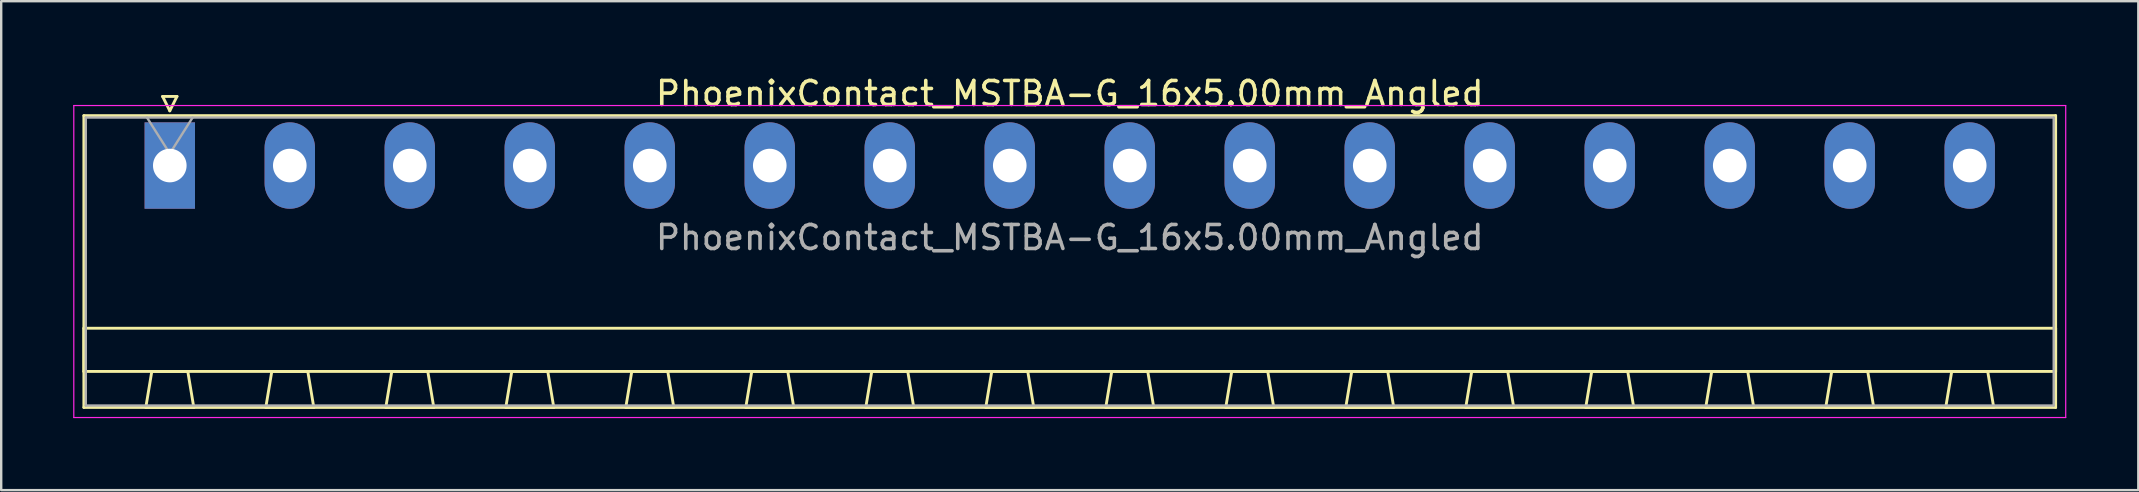
<source format=kicad_pcb>
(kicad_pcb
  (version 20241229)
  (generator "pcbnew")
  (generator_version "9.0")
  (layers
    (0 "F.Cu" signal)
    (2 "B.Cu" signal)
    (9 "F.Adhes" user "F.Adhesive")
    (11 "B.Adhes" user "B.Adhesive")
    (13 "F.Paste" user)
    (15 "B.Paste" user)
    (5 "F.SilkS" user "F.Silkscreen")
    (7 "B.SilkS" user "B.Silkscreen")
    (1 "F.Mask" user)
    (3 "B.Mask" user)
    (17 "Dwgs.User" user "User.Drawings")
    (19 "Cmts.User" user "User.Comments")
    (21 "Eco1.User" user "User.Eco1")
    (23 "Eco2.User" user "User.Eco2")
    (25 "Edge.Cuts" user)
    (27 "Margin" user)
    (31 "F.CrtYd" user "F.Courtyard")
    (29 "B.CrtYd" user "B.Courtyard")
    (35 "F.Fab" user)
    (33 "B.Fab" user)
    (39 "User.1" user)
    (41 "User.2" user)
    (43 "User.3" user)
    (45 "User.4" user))
  (footprint "PhoenixContact_MSTBA-G_16x5.00mm_Angled"
    (layer "F.Cu")
    (at 4.025 3.848)
    (property "Reference" "PhoenixContact_MSTBA-G_16x5.00mm_Angled" (at 37.5 -3 0) (layer "F.SilkS") (effects (font (size 1 1) (thickness 0.15))))
    (attr through_hole)
    (fp_line (start -3.58 -2.08) (end -3.58 10.08) (stroke (width 0.12) (type solid)) (layer "F.SilkS"))
    (fp_line (start -3.58 6.78) (end 78.58 6.78) (stroke (width 0.12) (type solid)) (layer "F.SilkS"))
    (fp_line (start -3.58 8.58) (end -3.58 6.78) (stroke (width 0.12) (type solid)) (layer "F.SilkS"))
    (fp_line (start -3.58 10.08) (end 78.58 10.08) (stroke (width 0.12) (type solid)) (layer "F.SilkS"))
    (fp_line (start -1 10.08) (end 1 10.08) (stroke (width 0.12) (type solid)) (layer "F.SilkS"))
    (fp_line (start -0.75 8.58) (end -1 10.08) (stroke (width 0.12) (type solid)) (layer "F.SilkS"))
    (fp_line (start -0.3 -2.88) (end 0.3 -2.88) (stroke (width 0.12) (type solid)) (layer "F.SilkS"))
    (fp_line (start 0 -2.28) (end -0.3 -2.88) (stroke (width 0.12) (type solid)) (layer "F.SilkS"))
    (fp_line (start 0.3 -2.88) (end 0 -2.28) (stroke (width 0.12) (type solid)) (layer "F.SilkS"))
    (fp_line (start 0.75 8.58) (end -0.75 8.58) (stroke (width 0.12) (type solid)) (layer "F.SilkS"))
    (fp_line (start 1 10.08) (end 0.75 8.58) (stroke (width 0.12) (type solid)) (layer "F.SilkS"))
    (fp_line (start 4 10.08) (end 6 10.08) (stroke (width 0.12) (type solid)) (layer "F.SilkS"))
    (fp_line (start 4.25 8.58) (end 4 10.08) (stroke (width 0.12) (type solid)) (layer "F.SilkS"))
    (fp_line (start 5.75 8.58) (end 4.25 8.58) (stroke (width 0.12) (type solid)) (layer "F.SilkS"))
    (fp_line (start 6 10.08) (end 5.75 8.58) (stroke (width 0.12) (type solid)) (layer "F.SilkS"))
    (fp_line (start 9 10.08) (end 11 10.08) (stroke (width 0.12) (type solid)) (layer "F.SilkS"))
    (fp_line (start 9.25 8.58) (end 9 10.08) (stroke (width 0.12) (type solid)) (layer "F.SilkS"))
    (fp_line (start 10.75 8.58) (end 9.25 8.58) (stroke (width 0.12) (type solid)) (layer "F.SilkS"))
    (fp_line (start 11 10.08) (end 10.75 8.58) (stroke (width 0.12) (type solid)) (layer "F.SilkS"))
    (fp_line (start 14 10.08) (end 16 10.08) (stroke (width 0.12) (type solid)) (layer "F.SilkS"))
    (fp_line (start 14.25 8.58) (end 14 10.08) (stroke (width 0.12) (type solid)) (layer "F.SilkS"))
    (fp_line (start 15.75 8.58) (end 14.25 8.58) (stroke (width 0.12) (type solid)) (layer "F.SilkS"))
    (fp_line (start 16 10.08) (end 15.75 8.58) (stroke (width 0.12) (type solid)) (layer "F.SilkS"))
    (fp_line (start 19 10.08) (end 21 10.08) (stroke (width 0.12) (type solid)) (layer "F.SilkS"))
    (fp_line (start 19.25 8.58) (end 19 10.08) (stroke (width 0.12) (type solid)) (layer "F.SilkS"))
    (fp_line (start 20.75 8.58) (end 19.25 8.58) (stroke (width 0.12) (type solid)) (layer "F.SilkS"))
    (fp_line (start 21 10.08) (end 20.75 8.58) (stroke (width 0.12) (type solid)) (layer "F.SilkS"))
    (fp_line (start 24 10.08) (end 26 10.08) (stroke (width 0.12) (type solid)) (layer "F.SilkS"))
    (fp_line (start 24.25 8.58) (end 24 10.08) (stroke (width 0.12) (type solid)) (layer "F.SilkS"))
    (fp_line (start 25.75 8.58) (end 24.25 8.58) (stroke (width 0.12) (type solid)) (layer "F.SilkS"))
    (fp_line (start 26 10.08) (end 25.75 8.58) (stroke (width 0.12) (type solid)) (layer "F.SilkS"))
    (fp_line (start 29 10.08) (end 31 10.08) (stroke (width 0.12) (type solid)) (layer "F.SilkS"))
    (fp_line (start 29.25 8.58) (end 29 10.08) (stroke (width 0.12) (type solid)) (layer "F.SilkS"))
    (fp_line (start 30.75 8.58) (end 29.25 8.58) (stroke (width 0.12) (type solid)) (layer "F.SilkS"))
    (fp_line (start 31 10.08) (end 30.75 8.58) (stroke (width 0.12) (type solid)) (layer "F.SilkS"))
    (fp_line (start 34 10.08) (end 36 10.08) (stroke (width 0.12) (type solid)) (layer "F.SilkS"))
    (fp_line (start 34.25 8.58) (end 34 10.08) (stroke (width 0.12) (type solid)) (layer "F.SilkS"))
    (fp_line (start 35.75 8.58) (end 34.25 8.58) (stroke (width 0.12) (type solid)) (layer "F.SilkS"))
    (fp_line (start 36 10.08) (end 35.75 8.58) (stroke (width 0.12) (type solid)) (layer "F.SilkS"))
    (fp_line (start 39 10.08) (end 41 10.08) (stroke (width 0.12) (type solid)) (layer "F.SilkS"))
    (fp_line (start 39.25 8.58) (end 39 10.08) (stroke (width 0.12) (type solid)) (layer "F.SilkS"))
    (fp_line (start 40.75 8.58) (end 39.25 8.58) (stroke (width 0.12) (type solid)) (layer "F.SilkS"))
    (fp_line (start 41 10.08) (end 40.75 8.58) (stroke (width 0.12) (type solid)) (layer "F.SilkS"))
    (fp_line (start 44 10.08) (end 46 10.08) (stroke (width 0.12) (type solid)) (layer "F.SilkS"))
    (fp_line (start 44.25 8.58) (end 44 10.08) (stroke (width 0.12) (type solid)) (layer "F.SilkS"))
    (fp_line (start 45.75 8.58) (end 44.25 8.58) (stroke (width 0.12) (type solid)) (layer "F.SilkS"))
    (fp_line (start 46 10.08) (end 45.75 8.58) (stroke (width 0.12) (type solid)) (layer "F.SilkS"))
    (fp_line (start 49 10.08) (end 51 10.08) (stroke (width 0.12) (type solid)) (layer "F.SilkS"))
    (fp_line (start 49.25 8.58) (end 49 10.08) (stroke (width 0.12) (type solid)) (layer "F.SilkS"))
    (fp_line (start 50.75 8.58) (end 49.25 8.58) (stroke (width 0.12) (type solid)) (layer "F.SilkS"))
    (fp_line (start 51 10.08) (end 50.75 8.58) (stroke (width 0.12) (type solid)) (layer "F.SilkS"))
    (fp_line (start 54 10.08) (end 56 10.08) (stroke (width 0.12) (type solid)) (layer "F.SilkS"))
    (fp_line (start 54.25 8.58) (end 54 10.08) (stroke (width 0.12) (type solid)) (layer "F.SilkS"))
    (fp_line (start 55.75 8.58) (end 54.25 8.58) (stroke (width 0.12) (type solid)) (layer "F.SilkS"))
    (fp_line (start 56 10.08) (end 55.75 8.58) (stroke (width 0.12) (type solid)) (layer "F.SilkS"))
    (fp_line (start 59 10.08) (end 61 10.08) (stroke (width 0.12) (type solid)) (layer "F.SilkS"))
    (fp_line (start 59.25 8.58) (end 59 10.08) (stroke (width 0.12) (type solid)) (layer "F.SilkS"))
    (fp_line (start 60.75 8.58) (end 59.25 8.58) (stroke (width 0.12) (type solid)) (layer "F.SilkS"))
    (fp_line (start 61 10.08) (end 60.75 8.58) (stroke (width 0.12) (type solid)) (layer "F.SilkS"))
    (fp_line (start 64 10.08) (end 66 10.08) (stroke (width 0.12) (type solid)) (layer "F.SilkS"))
    (fp_line (start 64.25 8.58) (end 64 10.08) (stroke (width 0.12) (type solid)) (layer "F.SilkS"))
    (fp_line (start 65.75 8.58) (end 64.25 8.58) (stroke (width 0.12) (type solid)) (layer "F.SilkS"))
    (fp_line (start 66 10.08) (end 65.75 8.58) (stroke (width 0.12) (type solid)) (layer "F.SilkS"))
    (fp_line (start 69 10.08) (end 71 10.08) (stroke (width 0.12) (type solid)) (layer "F.SilkS"))
    (fp_line (start 69.25 8.58) (end 69 10.08) (stroke (width 0.12) (type solid)) (layer "F.SilkS"))
    (fp_line (start 70.75 8.58) (end 69.25 8.58) (stroke (width 0.12) (type solid)) (layer "F.SilkS"))
    (fp_line (start 71 10.08) (end 70.75 8.58) (stroke (width 0.12) (type solid)) (layer "F.SilkS"))
    (fp_line (start 74 10.08) (end 76 10.08) (stroke (width 0.12) (type solid)) (layer "F.SilkS"))
    (fp_line (start 74.25 8.58) (end 74 10.08) (stroke (width 0.12) (type solid)) (layer "F.SilkS"))
    (fp_line (start 75.75 8.58) (end 74.25 8.58) (stroke (width 0.12) (type solid)) (layer "F.SilkS"))
    (fp_line (start 76 10.08) (end 75.75 8.58) (stroke (width 0.12) (type solid)) (layer "F.SilkS"))
    (fp_line (start 78.58 -2.08) (end -3.58 -2.08) (stroke (width 0.12) (type solid)) (layer "F.SilkS"))
    (fp_line (start 78.58 6.78) (end 78.58 8.58) (stroke (width 0.12) (type solid)) (layer "F.SilkS"))
    (fp_line (start 78.58 8.58) (end -3.58 8.58) (stroke (width 0.12) (type solid)) (layer "F.SilkS"))
    (fp_line (start 78.58 10.08) (end 78.58 -2.08) (stroke (width 0.12) (type solid)) (layer "F.SilkS"))
    (fp_line (start -4 -2.5) (end -4 10.5) (stroke (width 0.05) (type solid)) (layer "F.CrtYd"))
    (fp_line (start -4 10.5) (end 79 10.5) (stroke (width 0.05) (type solid)) (layer "F.CrtYd"))
    (fp_line (start 79 -2.5) (end -4 -2.5) (stroke (width 0.05) (type solid)) (layer "F.CrtYd"))
    (fp_line (start 79 10.5) (end 79 -2.5) (stroke (width 0.05) (type solid)) (layer "F.CrtYd"))
    (fp_line (start -3.5 -2) (end -3.5 10) (stroke (width 0.1) (type solid)) (layer "F.Fab"))
    (fp_line (start -3.5 10) (end 78.5 10) (stroke (width 0.1) (type solid)) (layer "F.Fab"))
    (fp_line (start 0 -0.5) (end -0.95 -2) (stroke (width 0.1) (type solid)) (layer "F.Fab"))
    (fp_line (start 0.95 -2) (end 0 -0.5) (stroke (width 0.1) (type solid)) (layer "F.Fab"))
    (fp_line (start 78.5 -2) (end -3.5 -2) (stroke (width 0.1) (type solid)) (layer "F.Fab"))
    (fp_line (start 78.5 10) (end 78.5 -2) (stroke (width 0.1) (type solid)) (layer "F.Fab"))
    (fp_text user "${REFERENCE}" (at 37.5 3 0) (layer "F.Fab") (effects (font (size 1 1) (thickness 0.15))))
    (pad "1" thru_hole rect (at 0 0) (size 2.1 3.6) (drill 1.4) (layers "*.Cu" "*.Mask"))
    (pad "2" thru_hole oval (at 5 0) (size 2.1 3.6) (drill 1.4) (layers "*.Cu" "*.Mask"))
    (pad "3" thru_hole oval (at 10 0) (size 2.1 3.6) (drill 1.4) (layers "*.Cu" "*.Mask"))
    (pad "4" thru_hole oval (at 15 0) (size 2.1 3.6) (drill 1.4) (layers "*.Cu" "*.Mask"))
    (pad "5" thru_hole oval (at 20 0) (size 2.1 3.6) (drill 1.4) (layers "*.Cu" "*.Mask"))
    (pad "6" thru_hole oval (at 25 0) (size 2.1 3.6) (drill 1.4) (layers "*.Cu" "*.Mask"))
    (pad "7" thru_hole oval (at 30 0) (size 2.1 3.6) (drill 1.4) (layers "*.Cu" "*.Mask"))
    (pad "8" thru_hole oval (at 35 0) (size 2.1 3.6) (drill 1.4) (layers "*.Cu" "*.Mask"))
    (pad "9" thru_hole oval (at 40 0) (size 2.1 3.6) (drill 1.4) (layers "*.Cu" "*.Mask"))
    (pad "10" thru_hole oval (at 45 0) (size 2.1 3.6) (drill 1.4) (layers "*.Cu" "*.Mask"))
    (pad "11" thru_hole oval (at 50 0) (size 2.1 3.6) (drill 1.4) (layers "*.Cu" "*.Mask"))
    (pad "12" thru_hole oval (at 55 0) (size 2.1 3.6) (drill 1.4) (layers "*.Cu" "*.Mask"))
    (pad "13" thru_hole oval (at 60 0) (size 2.1 3.6) (drill 1.4) (layers "*.Cu" "*.Mask"))
    (pad "14" thru_hole oval (at 65 0) (size 2.1 3.6) (drill 1.4) (layers "*.Cu" "*.Mask"))
    (pad "15" thru_hole oval (at 70 0) (size 2.1 3.6) (drill 1.4) (layers "*.Cu" "*.Mask"))
    (pad "16" thru_hole oval (at 75 0) (size 2.1 3.6) (drill 1.4) (layers "*.Cu" "*.Mask")))
  (gr_rect
    (start -3 -3)
    (end 86.05 17.373)
    (stroke (width 0.1) (type default))
    (fill no)
    (layer "Edge.Cuts")))
</source>
